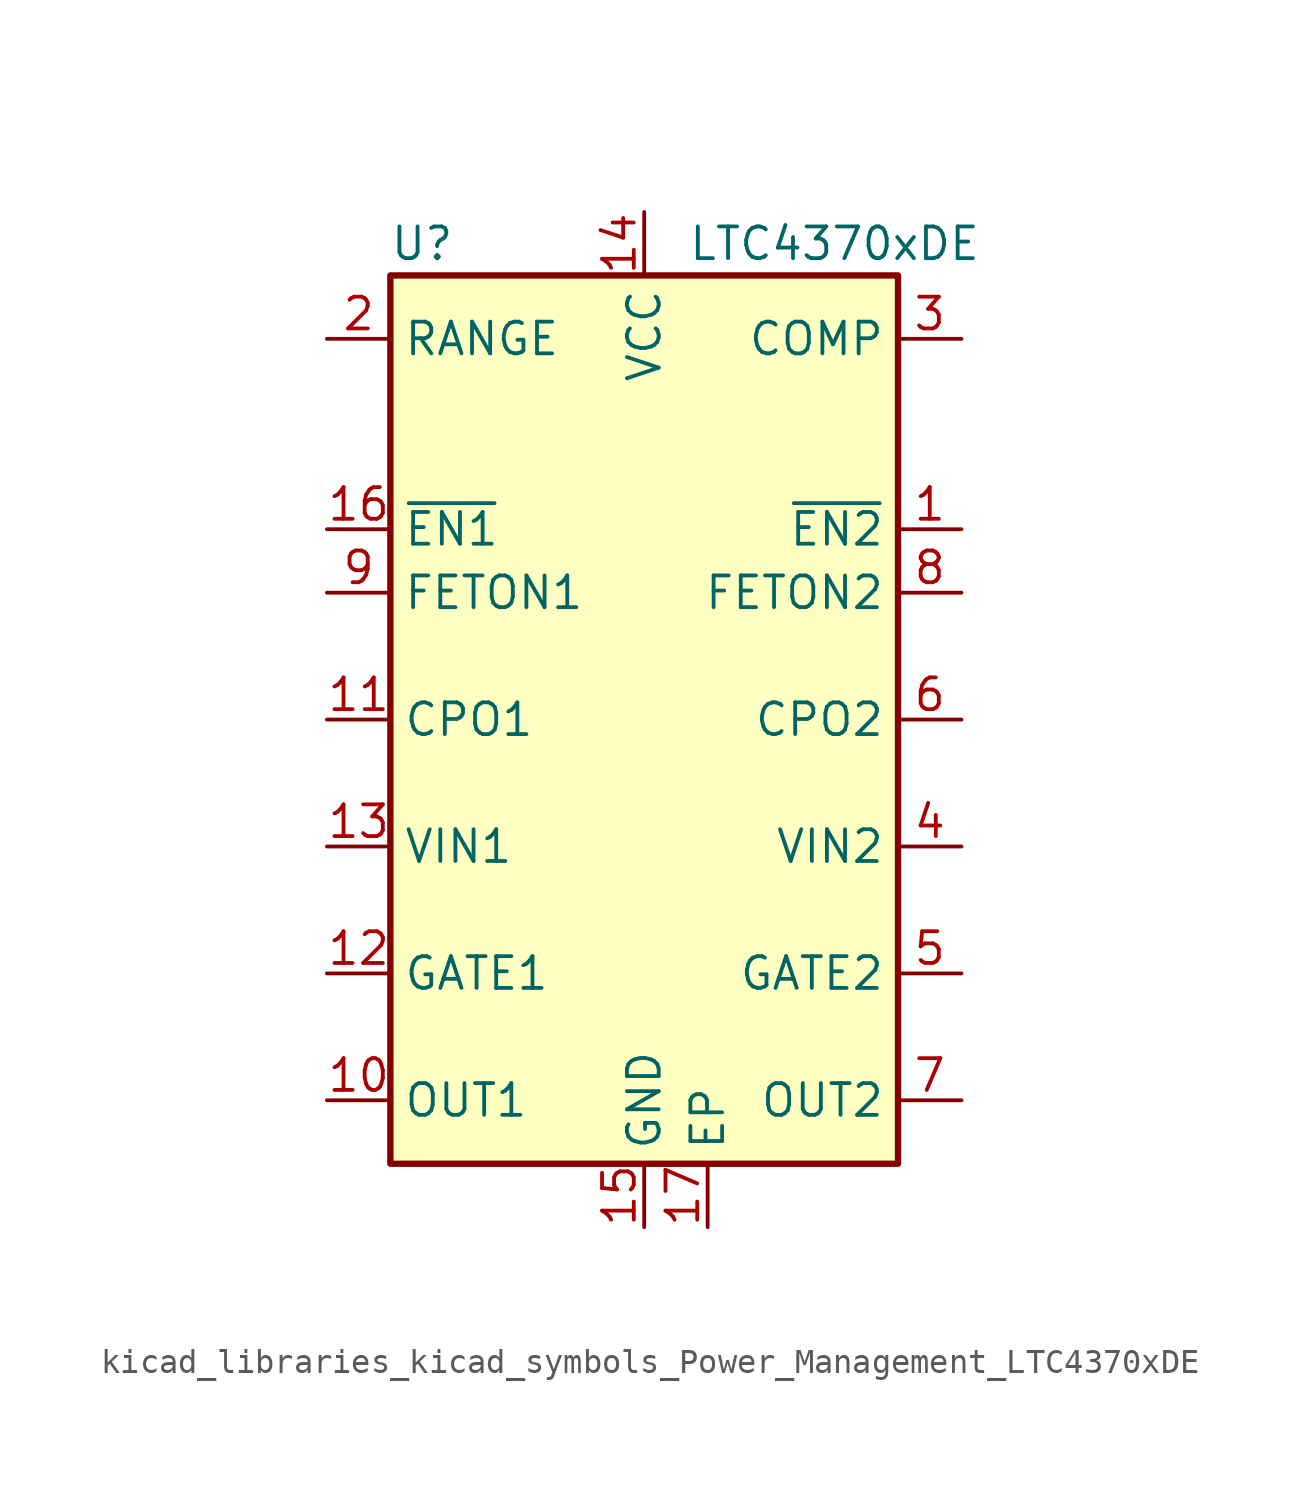
<source format=kicad_sym>
(kicad_symbol_lib
  (version 20220914)
  (generator kicad_symbol_editor)
  (symbol "kicad_libraries_kicad_symbols_Power_Management_LTC4370xDE"
    (property "Reference" "U"
      (at -8.89 19.05 0)
      (effects (font (size 1.27 1.27))))
    (property "Value" "LTC4370xDE"
      (at 7.62 19.05 0)
      (effects (font (size 1.27 1.27))))
    (symbol "kicad_libraries_kicad_symbols_Power_Management_LTC4370xDE_0_1"
      (rectangle (start -10.16 17.78) (end 10.16 -17.78) (stroke (width 0.254) (type default)) (fill (type background))))
    (symbol "kicad_libraries_kicad_symbols_Power_Management_LTC4370xDE_1_1"
      (pin input line (at 12.7 7.62 180) (length 2.54) (name "~{EN2}" (effects (font (size 1.27 1.27)))) (number "1" (effects (font (size 1.27 1.27)))))
      (pin input line (at -12.7 -15.24 0) (length 2.54) (name "OUT1" (effects (font (size 1.27 1.27)))) (number "10" (effects (font (size 1.27 1.27)))))
      (pin passive line (at -12.7 0 0) (length 2.54) (name "CPO1" (effects (font (size 1.27 1.27)))) (number "11" (effects (font (size 1.27 1.27)))))
      (pin output line (at -12.7 -10.16 0) (length 2.54) (name "GATE1" (effects (font (size 1.27 1.27)))) (number "12" (effects (font (size 1.27 1.27)))))
      (pin power_in line (at -12.7 -5.08 0) (length 2.54) (name "VIN1" (effects (font (size 1.27 1.27)))) (number "13" (effects (font (size 1.27 1.27)))))
      (pin power_in line (at 0 20.32 270) (length 2.54) (name "VCC" (effects (font (size 1.27 1.27)))) (number "14" (effects (font (size 1.27 1.27)))))
      (pin power_in line (at 0 -20.32 90) (length 2.54) (name "GND" (effects (font (size 1.27 1.27)))) (number "15" (effects (font (size 1.27 1.27)))))
      (pin input line (at -12.7 7.62 0) (length 2.54) (name "~{EN1}" (effects (font (size 1.27 1.27)))) (number "16" (effects (font (size 1.27 1.27)))))
      (pin passive line (at 2.54 -20.32 90) (length 2.54) (name "EP" (effects (font (size 1.27 1.27)))) (number "17" (effects (font (size 1.27 1.27)))))
      (pin passive line (at -12.7 15.24 0) (length 2.54) (name "RANGE" (effects (font (size 1.27 1.27)))) (number "2" (effects (font (size 1.27 1.27)))))
      (pin passive line (at 12.7 15.24 180) (length 2.54) (name "COMP" (effects (font (size 1.27 1.27)))) (number "3" (effects (font (size 1.27 1.27)))))
      (pin power_in line (at 12.7 -5.08 180) (length 2.54) (name "VIN2" (effects (font (size 1.27 1.27)))) (number "4" (effects (font (size 1.27 1.27)))))
      (pin output line (at 12.7 -10.16 180) (length 2.54) (name "GATE2" (effects (font (size 1.27 1.27)))) (number "5" (effects (font (size 1.27 1.27)))))
      (pin passive line (at 12.7 0 180) (length 2.54) (name "CPO2" (effects (font (size 1.27 1.27)))) (number "6" (effects (font (size 1.27 1.27)))))
      (pin input line (at 12.7 -15.24 180) (length 2.54) (name "OUT2" (effects (font (size 1.27 1.27)))) (number "7" (effects (font (size 1.27 1.27)))))
      (pin open_collector line (at 12.7 5.08 180) (length 2.54) (name "FETON2" (effects (font (size 1.27 1.27)))) (number "8" (effects (font (size 1.27 1.27)))))
      (pin open_collector line (at -12.7 5.08 0) (length 2.54) (name "FETON1" (effects (font (size 1.27 1.27)))) (number "9" (effects (font (size 1.27 1.27))))))))
</source>
